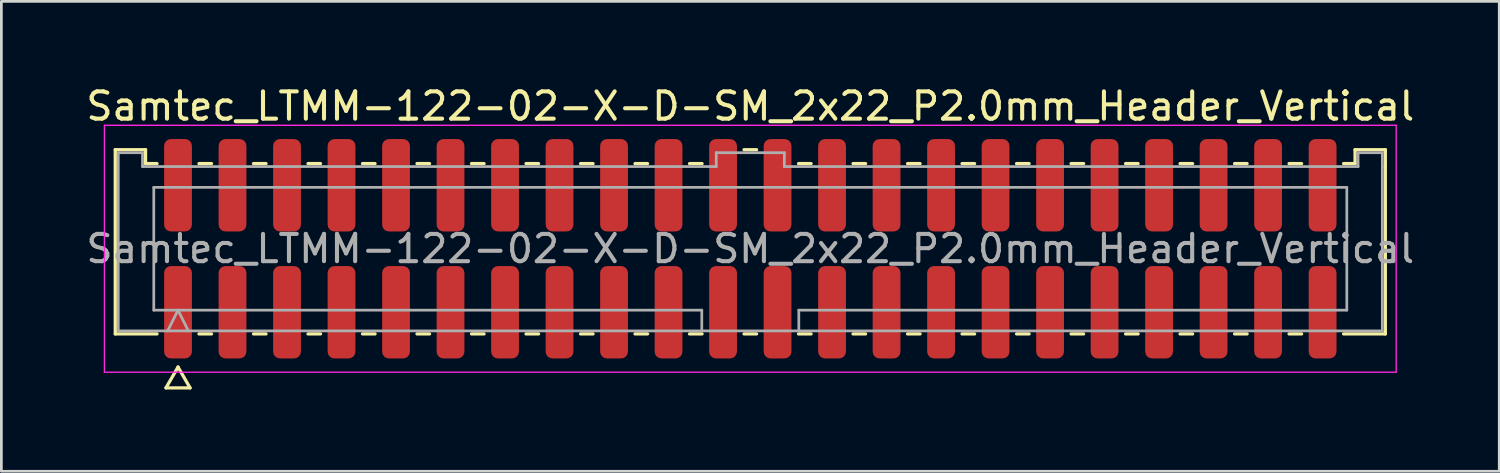
<source format=kicad_pcb>
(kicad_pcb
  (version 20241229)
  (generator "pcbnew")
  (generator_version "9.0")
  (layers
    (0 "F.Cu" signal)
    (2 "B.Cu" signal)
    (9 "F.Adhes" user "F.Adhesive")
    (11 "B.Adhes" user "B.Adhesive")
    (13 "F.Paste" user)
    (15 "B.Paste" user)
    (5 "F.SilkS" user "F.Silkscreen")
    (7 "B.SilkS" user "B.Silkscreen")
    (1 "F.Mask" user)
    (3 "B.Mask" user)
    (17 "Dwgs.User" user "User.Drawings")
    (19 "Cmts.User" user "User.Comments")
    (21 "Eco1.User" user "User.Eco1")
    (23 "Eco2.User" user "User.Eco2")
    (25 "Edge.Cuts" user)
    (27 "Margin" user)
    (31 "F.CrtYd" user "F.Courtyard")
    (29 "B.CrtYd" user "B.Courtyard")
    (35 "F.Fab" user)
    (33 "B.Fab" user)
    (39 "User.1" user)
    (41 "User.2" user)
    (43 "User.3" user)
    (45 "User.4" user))
  (footprint "Samtec_LTMM-122-02-X-D-SM_2x22_P2.0mm_Header_Vertical"
    (layer "F.Cu")
    (at 24.482 6.078)
    (property "Reference" "Samtec_LTMM-122-02-X-D-SM_2x22_P2.0mm_Header_Vertical" (at 0 -5.23 0) (layer "F.SilkS") (effects (font (size 1 1) (thickness 0.15))))
    (attr smd)
    (fp_line (start -23.302 -3.635) (end -22.192 -3.635) (stroke (width 0.12) (type solid)) (layer "F.SilkS"))
    (fp_line (start -23.302 3.125) (end -23.302 -3.635) (stroke (width 0.12) (type solid)) (layer "F.SilkS"))
    (fp_line (start -22.192 -3.635) (end -22.192 -3.125) (stroke (width 0.12) (type solid)) (layer "F.SilkS"))
    (fp_line (start -22.192 -3.125) (end -21.77 -3.125) (stroke (width 0.12) (type solid)) (layer "F.SilkS"))
    (fp_line (start -21.77 3.125) (end -23.302 3.125) (stroke (width 0.12) (type solid)) (layer "F.SilkS"))
    (fp_line (start -21.442 5.105) (end -21 4.34) (stroke (width 0.12) (type solid)) (layer "F.SilkS"))
    (fp_line (start -21 4.34) (end -20.558 5.105) (stroke (width 0.12) (type solid)) (layer "F.SilkS"))
    (fp_line (start -20.558 5.105) (end -21.442 5.105) (stroke (width 0.12) (type solid)) (layer "F.SilkS"))
    (fp_line (start -20.23 -3.125) (end -19.77 -3.125) (stroke (width 0.12) (type solid)) (layer "F.SilkS"))
    (fp_line (start -19.77 3.125) (end -20.23 3.125) (stroke (width 0.12) (type solid)) (layer "F.SilkS"))
    (fp_line (start -18.23 -3.125) (end -17.77 -3.125) (stroke (width 0.12) (type solid)) (layer "F.SilkS"))
    (fp_line (start -17.77 3.125) (end -18.23 3.125) (stroke (width 0.12) (type solid)) (layer "F.SilkS"))
    (fp_line (start -16.23 -3.125) (end -15.77 -3.125) (stroke (width 0.12) (type solid)) (layer "F.SilkS"))
    (fp_line (start -15.77 3.125) (end -16.23 3.125) (stroke (width 0.12) (type solid)) (layer "F.SilkS"))
    (fp_line (start -14.23 -3.125) (end -13.77 -3.125) (stroke (width 0.12) (type solid)) (layer "F.SilkS"))
    (fp_line (start -13.77 3.125) (end -14.23 3.125) (stroke (width 0.12) (type solid)) (layer "F.SilkS"))
    (fp_line (start -12.23 -3.125) (end -11.77 -3.125) (stroke (width 0.12) (type solid)) (layer "F.SilkS"))
    (fp_line (start -11.77 3.125) (end -12.23 3.125) (stroke (width 0.12) (type solid)) (layer "F.SilkS"))
    (fp_line (start -10.23 -3.125) (end -9.77 -3.125) (stroke (width 0.12) (type solid)) (layer "F.SilkS"))
    (fp_line (start -9.77 3.125) (end -10.23 3.125) (stroke (width 0.12) (type solid)) (layer "F.SilkS"))
    (fp_line (start -8.23 -3.125) (end -7.77 -3.125) (stroke (width 0.12) (type solid)) (layer "F.SilkS"))
    (fp_line (start -7.77 3.125) (end -8.23 3.125) (stroke (width 0.12) (type solid)) (layer "F.SilkS"))
    (fp_line (start -6.23 -3.125) (end -5.77 -3.125) (stroke (width 0.12) (type solid)) (layer "F.SilkS"))
    (fp_line (start -5.77 3.125) (end -6.23 3.125) (stroke (width 0.12) (type solid)) (layer "F.SilkS"))
    (fp_line (start -4.23 -3.125) (end -3.77 -3.125) (stroke (width 0.12) (type solid)) (layer "F.SilkS"))
    (fp_line (start -3.77 3.125) (end -4.23 3.125) (stroke (width 0.12) (type solid)) (layer "F.SilkS"))
    (fp_line (start -2.23 -3.125) (end -1.77 -3.125) (stroke (width 0.12) (type solid)) (layer "F.SilkS"))
    (fp_line (start -1.77 3.125) (end -2.23 3.125) (stroke (width 0.12) (type solid)) (layer "F.SilkS"))
    (fp_line (start -0.23 -3.635) (end 0.23 -3.635) (stroke (width 0.12) (type solid)) (layer "F.SilkS"))
    (fp_line (start 0.23 3.125) (end -0.23 3.125) (stroke (width 0.12) (type solid)) (layer "F.SilkS"))
    (fp_line (start 1.77 -3.125) (end 2.23 -3.125) (stroke (width 0.12) (type solid)) (layer "F.SilkS"))
    (fp_line (start 2.23 3.125) (end 1.77 3.125) (stroke (width 0.12) (type solid)) (layer "F.SilkS"))
    (fp_line (start 3.77 -3.125) (end 4.23 -3.125) (stroke (width 0.12) (type solid)) (layer "F.SilkS"))
    (fp_line (start 4.23 3.125) (end 3.77 3.125) (stroke (width 0.12) (type solid)) (layer "F.SilkS"))
    (fp_line (start 5.77 -3.125) (end 6.23 -3.125) (stroke (width 0.12) (type solid)) (layer "F.SilkS"))
    (fp_line (start 6.23 3.125) (end 5.77 3.125) (stroke (width 0.12) (type solid)) (layer "F.SilkS"))
    (fp_line (start 7.77 -3.125) (end 8.23 -3.125) (stroke (width 0.12) (type solid)) (layer "F.SilkS"))
    (fp_line (start 8.23 3.125) (end 7.77 3.125) (stroke (width 0.12) (type solid)) (layer "F.SilkS"))
    (fp_line (start 9.77 -3.125) (end 10.23 -3.125) (stroke (width 0.12) (type solid)) (layer "F.SilkS"))
    (fp_line (start 10.23 3.125) (end 9.77 3.125) (stroke (width 0.12) (type solid)) (layer "F.SilkS"))
    (fp_line (start 11.77 -3.125) (end 12.23 -3.125) (stroke (width 0.12) (type solid)) (layer "F.SilkS"))
    (fp_line (start 12.23 3.125) (end 11.77 3.125) (stroke (width 0.12) (type solid)) (layer "F.SilkS"))
    (fp_line (start 13.77 -3.125) (end 14.23 -3.125) (stroke (width 0.12) (type solid)) (layer "F.SilkS"))
    (fp_line (start 14.23 3.125) (end 13.77 3.125) (stroke (width 0.12) (type solid)) (layer "F.SilkS"))
    (fp_line (start 15.77 -3.125) (end 16.23 -3.125) (stroke (width 0.12) (type solid)) (layer "F.SilkS"))
    (fp_line (start 16.23 3.125) (end 15.77 3.125) (stroke (width 0.12) (type solid)) (layer "F.SilkS"))
    (fp_line (start 17.77 -3.125) (end 18.23 -3.125) (stroke (width 0.12) (type solid)) (layer "F.SilkS"))
    (fp_line (start 18.23 3.125) (end 17.77 3.125) (stroke (width 0.12) (type solid)) (layer "F.SilkS"))
    (fp_line (start 19.77 -3.125) (end 20.23 -3.125) (stroke (width 0.12) (type solid)) (layer "F.SilkS"))
    (fp_line (start 20.23 3.125) (end 19.77 3.125) (stroke (width 0.12) (type solid)) (layer "F.SilkS"))
    (fp_line (start 21.77 -3.125) (end 22.192 -3.125) (stroke (width 0.12) (type solid)) (layer "F.SilkS"))
    (fp_line (start 22.192 -3.635) (end 23.302 -3.635) (stroke (width 0.12) (type solid)) (layer "F.SilkS"))
    (fp_line (start 22.192 -3.125) (end 22.192 -3.635) (stroke (width 0.12) (type solid)) (layer "F.SilkS"))
    (fp_line (start 23.302 -3.635) (end 23.302 -3.015) (stroke (width 0.12) (type solid)) (layer "F.SilkS"))
    (fp_line (start 23.302 -3.015) (end 23.302 3.125) (stroke (width 0.12) (type solid)) (layer "F.SilkS"))
    (fp_line (start 23.302 3.125) (end 21.77 3.125) (stroke (width 0.12) (type solid)) (layer "F.SilkS"))
    (fp_line (start -23.7 -4.53) (end -23.7 4.53) (stroke (width 0.05) (type solid)) (layer "F.CrtYd"))
    (fp_line (start -23.7 4.53) (end 23.7 4.53) (stroke (width 0.05) (type solid)) (layer "F.CrtYd"))
    (fp_line (start 23.7 -4.53) (end -23.7 -4.53) (stroke (width 0.05) (type solid)) (layer "F.CrtYd"))
    (fp_line (start 23.7 4.53) (end 23.7 -4.53) (stroke (width 0.05) (type solid)) (layer "F.CrtYd"))
    (fp_line (start -23.192 -3.525) (end -22.302 -3.525) (stroke (width 0.1) (type solid)) (layer "F.Fab"))
    (fp_line (start -23.192 3.015) (end -23.192 -3.525) (stroke (width 0.1) (type solid)) (layer "F.Fab"))
    (fp_line (start -22.302 -3.525) (end -22.302 -3.015) (stroke (width 0.1) (type solid)) (layer "F.Fab"))
    (fp_line (start -22.302 -3.015) (end -1.25 -3.015) (stroke (width 0.1) (type solid)) (layer "F.Fab"))
    (fp_line (start -21.889 -2.253) (end 21.889 -2.253) (stroke (width 0.1) (type solid)) (layer "F.Fab"))
    (fp_line (start -21.889 2.253) (end -21.889 -2.253) (stroke (width 0.1) (type solid)) (layer "F.Fab"))
    (fp_line (start -21.381 3.015) (end -21 2.253) (stroke (width 0.1) (type solid)) (layer "F.Fab"))
    (fp_line (start -21 2.253) (end -20.619 3.015) (stroke (width 0.1) (type solid)) (layer "F.Fab"))
    (fp_line (start -1.78 2.253) (end -21.889 2.253) (stroke (width 0.1) (type solid)) (layer "F.Fab"))
    (fp_line (start -1.78 3.015) (end -1.78 2.253) (stroke (width 0.1) (type solid)) (layer "F.Fab"))
    (fp_line (start -1.25 -3.525) (end 1.25 -3.525) (stroke (width 0.1) (type solid)) (layer "F.Fab"))
    (fp_line (start -1.25 -3.015) (end -1.25 -3.525) (stroke (width 0.1) (type solid)) (layer "F.Fab"))
    (fp_line (start 1.25 -3.525) (end 1.25 -3.015) (stroke (width 0.1) (type solid)) (layer "F.Fab"))
    (fp_line (start 1.25 -3.015) (end 22.302 -3.015) (stroke (width 0.1) (type solid)) (layer "F.Fab"))
    (fp_line (start 1.78 2.253) (end 1.78 3.015) (stroke (width 0.1) (type solid)) (layer "F.Fab"))
    (fp_line (start 21.889 -2.253) (end 21.889 2.253) (stroke (width 0.1) (type solid)) (layer "F.Fab"))
    (fp_line (start 21.889 2.253) (end 1.78 2.253) (stroke (width 0.1) (type solid)) (layer "F.Fab"))
    (fp_line (start 22.302 -3.525) (end 23.192 -3.525) (stroke (width 0.1) (type solid)) (layer "F.Fab"))
    (fp_line (start 22.302 -3.015) (end 22.302 -3.525) (stroke (width 0.1) (type solid)) (layer "F.Fab"))
    (fp_line (start 23.192 -3.525) (end 23.192 -3.015) (stroke (width 0.1) (type solid)) (layer "F.Fab"))
    (fp_line (start 23.192 -3.015) (end 23.192 3.015) (stroke (width 0.1) (type solid)) (layer "F.Fab"))
    (fp_line (start 23.192 3.015) (end -23.192 3.015) (stroke (width 0.1) (type solid)) (layer "F.Fab"))
    (fp_text user "${REFERENCE}" (at 0 0 0) (layer "F.Fab") (effects (font (size 1 1) (thickness 0.15))))
    (pad "1" smd roundrect (at -21 2.33) (size 1.02 3.39) (layers "F.Cu" "F.Mask" "F.Paste") (roundrect_rratio 0.245))
    (pad "2" smd roundrect (at -21 -2.33) (size 1.02 3.39) (layers "F.Cu" "F.Mask" "F.Paste") (roundrect_rratio 0.245))
    (pad "3" smd roundrect (at -19 2.33) (size 1.02 3.39) (layers "F.Cu" "F.Mask" "F.Paste") (roundrect_rratio 0.245))
    (pad "4" smd roundrect (at -19 -2.33) (size 1.02 3.39) (layers "F.Cu" "F.Mask" "F.Paste") (roundrect_rratio 0.245))
    (pad "5" smd roundrect (at -17 2.33) (size 1.02 3.39) (layers "F.Cu" "F.Mask" "F.Paste") (roundrect_rratio 0.245))
    (pad "6" smd roundrect (at -17 -2.33) (size 1.02 3.39) (layers "F.Cu" "F.Mask" "F.Paste") (roundrect_rratio 0.245))
    (pad "7" smd roundrect (at -15 2.33) (size 1.02 3.39) (layers "F.Cu" "F.Mask" "F.Paste") (roundrect_rratio 0.245))
    (pad "8" smd roundrect (at -15 -2.33) (size 1.02 3.39) (layers "F.Cu" "F.Mask" "F.Paste") (roundrect_rratio 0.245))
    (pad "9" smd roundrect (at -13 2.33) (size 1.02 3.39) (layers "F.Cu" "F.Mask" "F.Paste") (roundrect_rratio 0.245))
    (pad "10" smd roundrect (at -13 -2.33) (size 1.02 3.39) (layers "F.Cu" "F.Mask" "F.Paste") (roundrect_rratio 0.245))
    (pad "11" smd roundrect (at -11 2.33) (size 1.02 3.39) (layers "F.Cu" "F.Mask" "F.Paste") (roundrect_rratio 0.245))
    (pad "12" smd roundrect (at -11 -2.33) (size 1.02 3.39) (layers "F.Cu" "F.Mask" "F.Paste") (roundrect_rratio 0.245))
    (pad "13" smd roundrect (at -9 2.33) (size 1.02 3.39) (layers "F.Cu" "F.Mask" "F.Paste") (roundrect_rratio 0.245))
    (pad "14" smd roundrect (at -9 -2.33) (size 1.02 3.39) (layers "F.Cu" "F.Mask" "F.Paste") (roundrect_rratio 0.245))
    (pad "15" smd roundrect (at -7 2.33) (size 1.02 3.39) (layers "F.Cu" "F.Mask" "F.Paste") (roundrect_rratio 0.245))
    (pad "16" smd roundrect (at -7 -2.33) (size 1.02 3.39) (layers "F.Cu" "F.Mask" "F.Paste") (roundrect_rratio 0.245))
    (pad "17" smd roundrect (at -5 2.33) (size 1.02 3.39) (layers "F.Cu" "F.Mask" "F.Paste") (roundrect_rratio 0.245))
    (pad "18" smd roundrect (at -5 -2.33) (size 1.02 3.39) (layers "F.Cu" "F.Mask" "F.Paste") (roundrect_rratio 0.245))
    (pad "19" smd roundrect (at -3 2.33) (size 1.02 3.39) (layers "F.Cu" "F.Mask" "F.Paste") (roundrect_rratio 0.245))
    (pad "20" smd roundrect (at -3 -2.33) (size 1.02 3.39) (layers "F.Cu" "F.Mask" "F.Paste") (roundrect_rratio 0.245))
    (pad "21" smd roundrect (at -1 2.33) (size 1.02 3.39) (layers "F.Cu" "F.Mask" "F.Paste") (roundrect_rratio 0.245))
    (pad "22" smd roundrect (at -1 -2.33) (size 1.02 3.39) (layers "F.Cu" "F.Mask" "F.Paste") (roundrect_rratio 0.245))
    (pad "23" smd roundrect (at 1 2.33) (size 1.02 3.39) (layers "F.Cu" "F.Mask" "F.Paste") (roundrect_rratio 0.245))
    (pad "24" smd roundrect (at 1 -2.33) (size 1.02 3.39) (layers "F.Cu" "F.Mask" "F.Paste") (roundrect_rratio 0.245))
    (pad "25" smd roundrect (at 3 2.33) (size 1.02 3.39) (layers "F.Cu" "F.Mask" "F.Paste") (roundrect_rratio 0.245))
    (pad "26" smd roundrect (at 3 -2.33) (size 1.02 3.39) (layers "F.Cu" "F.Mask" "F.Paste") (roundrect_rratio 0.245))
    (pad "27" smd roundrect (at 5 2.33) (size 1.02 3.39) (layers "F.Cu" "F.Mask" "F.Paste") (roundrect_rratio 0.245))
    (pad "28" smd roundrect (at 5 -2.33) (size 1.02 3.39) (layers "F.Cu" "F.Mask" "F.Paste") (roundrect_rratio 0.245))
    (pad "29" smd roundrect (at 7 2.33) (size 1.02 3.39) (layers "F.Cu" "F.Mask" "F.Paste") (roundrect_rratio 0.245))
    (pad "30" smd roundrect (at 7 -2.33) (size 1.02 3.39) (layers "F.Cu" "F.Mask" "F.Paste") (roundrect_rratio 0.245))
    (pad "31" smd roundrect (at 9 2.33) (size 1.02 3.39) (layers "F.Cu" "F.Mask" "F.Paste") (roundrect_rratio 0.245))
    (pad "32" smd roundrect (at 9 -2.33) (size 1.02 3.39) (layers "F.Cu" "F.Mask" "F.Paste") (roundrect_rratio 0.245))
    (pad "33" smd roundrect (at 11 2.33) (size 1.02 3.39) (layers "F.Cu" "F.Mask" "F.Paste") (roundrect_rratio 0.245))
    (pad "34" smd roundrect (at 11 -2.33) (size 1.02 3.39) (layers "F.Cu" "F.Mask" "F.Paste") (roundrect_rratio 0.245))
    (pad "35" smd roundrect (at 13 2.33) (size 1.02 3.39) (layers "F.Cu" "F.Mask" "F.Paste") (roundrect_rratio 0.245))
    (pad "36" smd roundrect (at 13 -2.33) (size 1.02 3.39) (layers "F.Cu" "F.Mask" "F.Paste") (roundrect_rratio 0.245))
    (pad "37" smd roundrect (at 15 2.33) (size 1.02 3.39) (layers "F.Cu" "F.Mask" "F.Paste") (roundrect_rratio 0.245))
    (pad "38" smd roundrect (at 15 -2.33) (size 1.02 3.39) (layers "F.Cu" "F.Mask" "F.Paste") (roundrect_rratio 0.245))
    (pad "39" smd roundrect (at 17 2.33) (size 1.02 3.39) (layers "F.Cu" "F.Mask" "F.Paste") (roundrect_rratio 0.245))
    (pad "40" smd roundrect (at 17 -2.33) (size 1.02 3.39) (layers "F.Cu" "F.Mask" "F.Paste") (roundrect_rratio 0.245))
    (pad "41" smd roundrect (at 19 2.33) (size 1.02 3.39) (layers "F.Cu" "F.Mask" "F.Paste") (roundrect_rratio 0.245))
    (pad "42" smd roundrect (at 19 -2.33) (size 1.02 3.39) (layers "F.Cu" "F.Mask" "F.Paste") (roundrect_rratio 0.245))
    (pad "43" smd roundrect (at 21 2.33) (size 1.02 3.39) (layers "F.Cu" "F.Mask" "F.Paste") (roundrect_rratio 0.245))
    (pad "44" smd roundrect (at 21 -2.33) (size 1.02 3.39) (layers "F.Cu" "F.Mask" "F.Paste") (roundrect_rratio 0.245)))
  (gr_rect
    (start -3 -3)
    (end 51.964 14.243)
    (stroke (width 0.1) (type default))
    (fill no)
    (layer "Edge.Cuts")))
</source>
